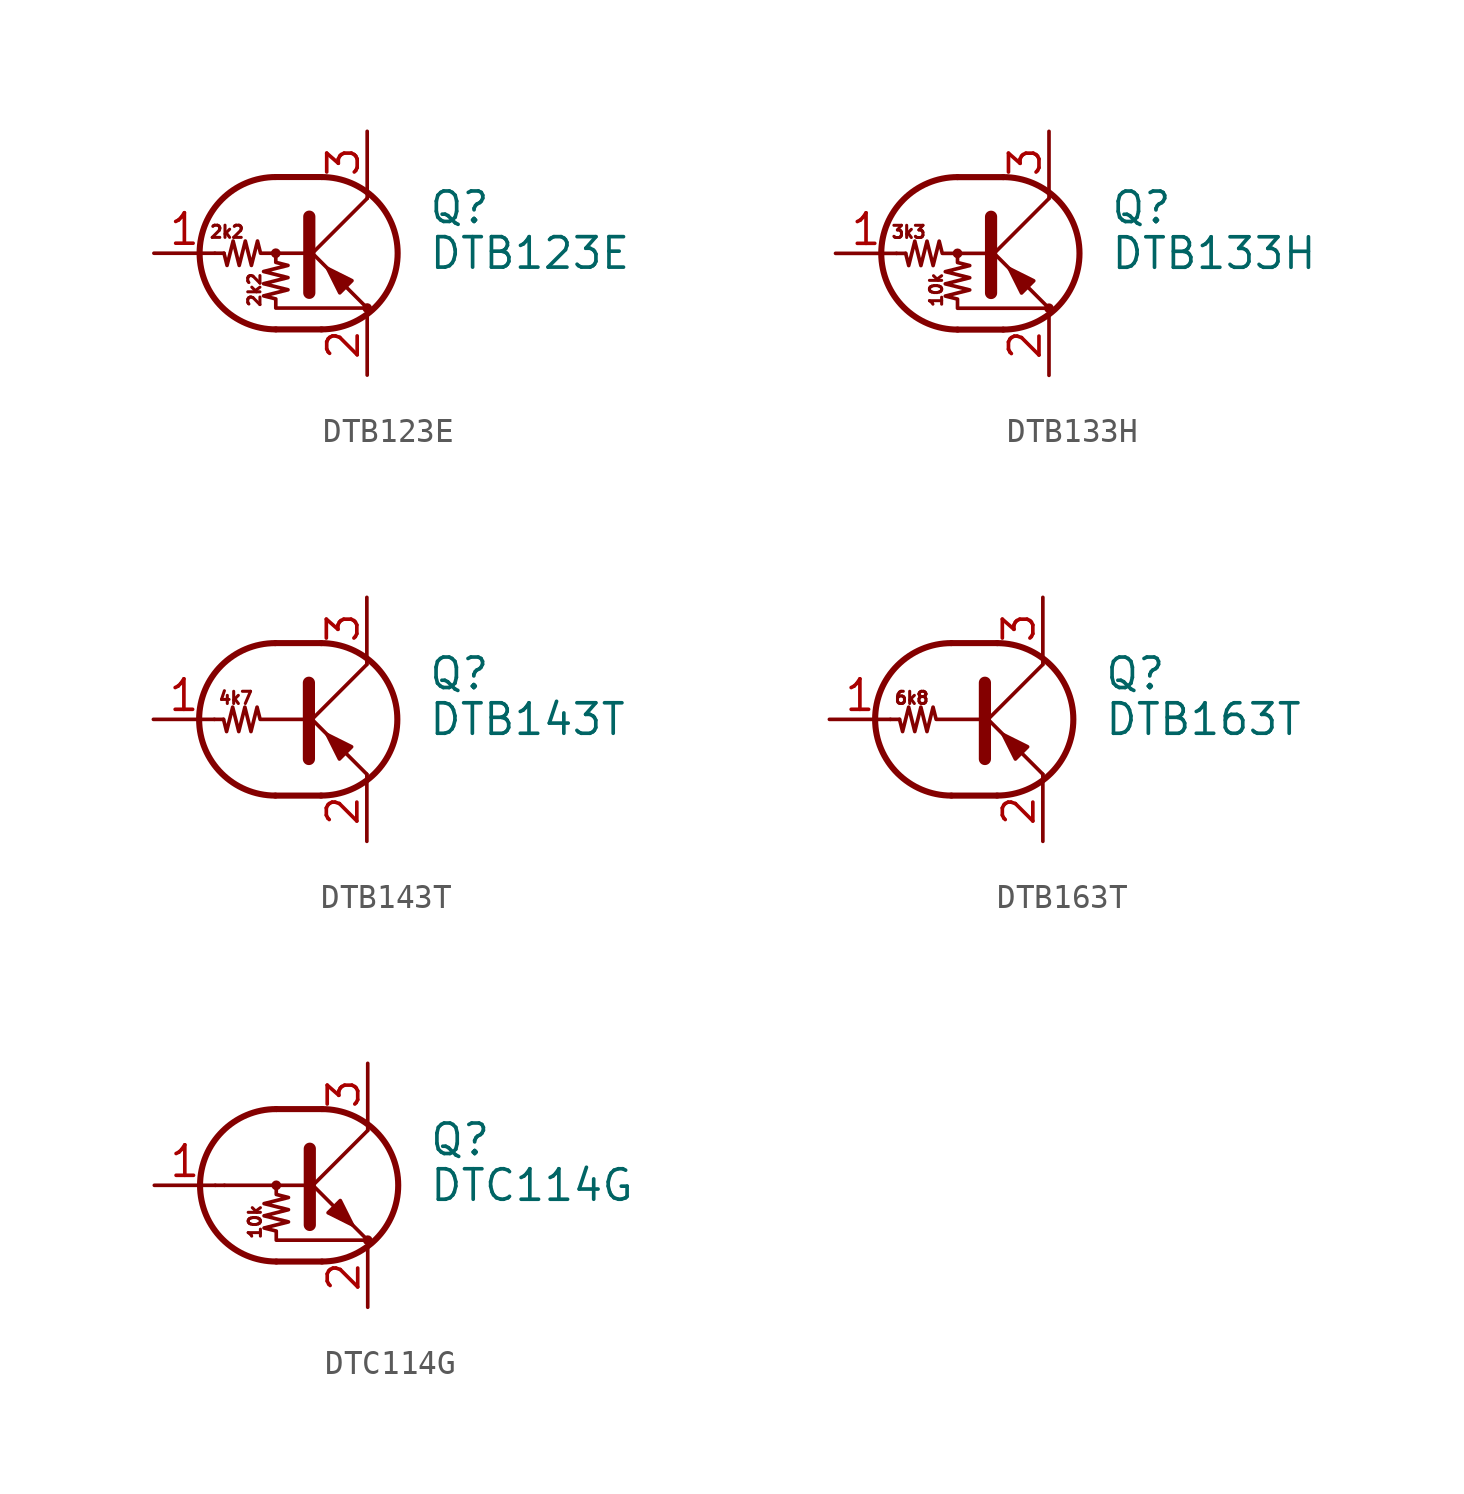
<source format=kicad_sym>
(kicad_symbol_lib
  (version 20231120)
  (generator "kicad_symbol_editor")
  (generator_version "8.0")
  (symbol "DTB123E"
    (pin_names
      (offset 0) hide)
    (property "Reference" "Q"
      (at 5.08 1.905 0)
      (effects (font (size 1.27 1.27)) (justify left)))
    (property "Value" "DTB123E"
      (at 5.08 0 0)
      (effects (font (size 1.27 1.27)) (justify left)))
    (symbol "DTB123E_0_0"
      (text "2k2" (at -3.302 0.889 0) (effects (font (size 0.508 0.508))))
      (text "2k2" (at -2.159 -1.524 900) (effects (font (size 0.508 0.508)))))
    (symbol "DTB123E_0_1"
      (circle (center -1.27 0) (radius 0.127) (stroke (width 0) (type default)) (fill (type none)))
      (arc (start -1.27 3.175) (mid -4.4312 0) (end -1.27 -3.175) (stroke (width 0.254) (type default)) (fill (type none)))
      (polyline (pts (xy -3.429 0) (xy -3.81 0)) (stroke (width 0) (type default)) (fill (type none)))
      (polyline (pts (xy -1.27 -3.175) (xy 0.635 -3.175)) (stroke (width 0.254) (type default)) (fill (type none)))
      (polyline (pts (xy -1.27 3.175) (xy 0.635 3.175)) (stroke (width 0.254) (type default)) (fill (type none)))
      (polyline (pts (xy 0 -0.254) (xy 2.54 2.286)) (stroke (width 0) (type default)) (fill (type none)))
      (polyline (pts (xy 0.127 1.524) (xy 0.127 -1.651)) (stroke (width 0.508) (type default)) (fill (type outline)))
      (polyline (pts (xy 2.54 2.286) (xy 2.54 2.54)) (stroke (width 0) (type default)) (fill (type none)))
      (polyline (pts (xy 2.54 -2.286) (xy 0 0.254) (xy 0 0.254)) (stroke (width 0) (type default)) (fill (type none)))
      (polyline (pts (xy 1.397 -1.651) (xy 1.905 -1.143) (xy 0.889 -0.635) (xy 1.397 -1.651)) (stroke (width 0) (type default)) (fill (type outline)))
      (polyline (pts (xy 0 0) (xy -1.905 0) (xy -2.032 0.508) (xy -2.286 -0.508) (xy -2.54 0.508) (xy -2.794 -0.508) (xy -3.048 0.508) (xy -3.302 -0.508) (xy -3.429 0)) (stroke (width 0) (type default)) (fill (type none)))
      (polyline (pts (xy -1.27 0) (xy -1.27 -0.381) (xy -0.762 -0.508) (xy -1.778 -0.762) (xy -0.762 -1.016) (xy -1.778 -1.27) (xy -0.762 -1.524) (xy -1.778 -1.778) (xy -1.27 -1.905) (xy -1.27 -2.286) (xy 2.54 -2.286)) (stroke (width 0) (type default)) (fill (type none)))
      (arc (start 0.635 -3.175) (mid 3.7962 0) (end 0.635 3.175) (stroke (width 0.254) (type default)) (fill (type none)))
      (circle (center 2.54 -2.286) (radius 0.127) (stroke (width 0) (type default)) (fill (type none))))
    (symbol "DTB123E_1_1"
      (pin input line (at -6.35 0 0) (length 2.54) (name "B" (effects (font (size 1.27 1.27)))) (number "1" (effects (font (size 1.27 1.27)))))
      (pin passive line (at 2.54 -5.08 90) (length 2.54) (name "E" (effects (font (size 1.27 1.27)))) (number "2" (effects (font (size 1.27 1.27)))))
      (pin passive line (at 2.54 5.08 270) (length 2.54) (name "C" (effects (font (size 1.27 1.27)))) (number "3" (effects (font (size 1.27 1.27)))))))
  (symbol "DTB133H"
    (pin_names
      (offset 0) hide)
    (property "Reference" "Q"
      (at 5.08 1.905 0)
      (effects (font (size 1.27 1.27)) (justify left)))
    (property "Value" "DTB133H"
      (at 5.08 0 0)
      (effects (font (size 1.27 1.27)) (justify left)))
    (symbol "DTB133H_0_0"
      (text "10k" (at -2.159 -1.524 900) (effects (font (size 0.508 0.508))))
      (text "3k3" (at -3.302 0.889 0) (effects (font (size 0.508 0.508)))))
    (symbol "DTB133H_0_1"
      (circle (center -1.27 0) (radius 0.127) (stroke (width 0) (type default)) (fill (type none)))
      (arc (start -1.27 3.175) (mid -4.4312 0) (end -1.27 -3.175) (stroke (width 0.254) (type default)) (fill (type none)))
      (polyline (pts (xy -3.429 0) (xy -3.81 0)) (stroke (width 0) (type default)) (fill (type none)))
      (polyline (pts (xy -1.27 -3.175) (xy 0.635 -3.175)) (stroke (width 0.254) (type default)) (fill (type none)))
      (polyline (pts (xy -1.27 3.175) (xy 0.635 3.175)) (stroke (width 0.254) (type default)) (fill (type none)))
      (polyline (pts (xy 0 -0.254) (xy 2.54 2.286)) (stroke (width 0) (type default)) (fill (type none)))
      (polyline (pts (xy 0.127 1.524) (xy 0.127 -1.651)) (stroke (width 0.508) (type default)) (fill (type outline)))
      (polyline (pts (xy 2.54 2.286) (xy 2.54 2.54)) (stroke (width 0) (type default)) (fill (type none)))
      (polyline (pts (xy 2.54 -2.286) (xy 0 0.254) (xy 0 0.254)) (stroke (width 0) (type default)) (fill (type none)))
      (polyline (pts (xy 1.397 -1.651) (xy 1.905 -1.143) (xy 0.889 -0.635) (xy 1.397 -1.651)) (stroke (width 0) (type default)) (fill (type outline)))
      (polyline (pts (xy 0 0) (xy -1.905 0) (xy -2.032 0.508) (xy -2.286 -0.508) (xy -2.54 0.508) (xy -2.794 -0.508) (xy -3.048 0.508) (xy -3.302 -0.508) (xy -3.429 0)) (stroke (width 0) (type default)) (fill (type none)))
      (polyline (pts (xy -1.27 0) (xy -1.27 -0.381) (xy -0.762 -0.508) (xy -1.778 -0.762) (xy -0.762 -1.016) (xy -1.778 -1.27) (xy -0.762 -1.524) (xy -1.778 -1.778) (xy -1.27 -1.905) (xy -1.27 -2.286) (xy 2.54 -2.286)) (stroke (width 0) (type default)) (fill (type none)))
      (arc (start 0.635 -3.175) (mid 3.7962 0) (end 0.635 3.175) (stroke (width 0.254) (type default)) (fill (type none)))
      (circle (center 2.54 -2.286) (radius 0.127) (stroke (width 0) (type default)) (fill (type none))))
    (symbol "DTB133H_1_1"
      (pin input line (at -6.35 0 0) (length 2.54) (name "B" (effects (font (size 1.27 1.27)))) (number "1" (effects (font (size 1.27 1.27)))))
      (pin passive line (at 2.54 -5.08 90) (length 2.54) (name "E" (effects (font (size 1.27 1.27)))) (number "2" (effects (font (size 1.27 1.27)))))
      (pin passive line (at 2.54 5.08 270) (length 2.54) (name "C" (effects (font (size 1.27 1.27)))) (number "3" (effects (font (size 1.27 1.27)))))))
  (symbol "DTB143T"
    (pin_names
      (offset 0) hide)
    (property "Reference" "Q"
      (at 5.08 1.905 0)
      (effects (font (size 1.27 1.27)) (justify left)))
    (property "Value" "DTB143T"
      (at 5.08 0 0)
      (effects (font (size 1.27 1.27)) (justify left)))
    (symbol "DTB143T_0_0"
      (polyline (pts (xy 2.54 -2.286) (xy 2.54 -2.54)) (stroke (width 0) (type default)) (fill (type none)))
      (text "4k7" (at -2.921 0.889 0) (effects (font (size 0.508 0.508)))))
    (symbol "DTB143T_0_1"
      (arc (start -1.27 3.175) (mid -4.4312 0) (end -1.27 -3.175) (stroke (width 0.254) (type default)) (fill (type none)))
      (polyline (pts (xy -3.429 0) (xy -3.81 0)) (stroke (width 0) (type default)) (fill (type none)))
      (polyline (pts (xy -1.27 -3.175) (xy 0.635 -3.175)) (stroke (width 0.254) (type default)) (fill (type none)))
      (polyline (pts (xy -1.27 3.175) (xy 0.635 3.175)) (stroke (width 0.254) (type default)) (fill (type none)))
      (polyline (pts (xy 0 -0.254) (xy 2.54 2.286)) (stroke (width 0) (type default)) (fill (type none)))
      (polyline (pts (xy 0.127 1.524) (xy 0.127 -1.651)) (stroke (width 0.508) (type default)) (fill (type outline)))
      (polyline (pts (xy 2.54 2.286) (xy 2.54 2.54)) (stroke (width 0) (type default)) (fill (type none)))
      (polyline (pts (xy 2.54 -2.286) (xy 0 0.254) (xy 0 0.254)) (stroke (width 0) (type default)) (fill (type none)))
      (polyline (pts (xy 1.397 -1.651) (xy 1.905 -1.143) (xy 0.889 -0.635) (xy 1.397 -1.651)) (stroke (width 0) (type default)) (fill (type outline)))
      (polyline (pts (xy 0 0) (xy -1.905 0) (xy -2.032 0.508) (xy -2.286 -0.508) (xy -2.54 0.508) (xy -2.794 -0.508) (xy -3.048 0.508) (xy -3.302 -0.508) (xy -3.429 0)) (stroke (width 0) (type default)) (fill (type none)))
      (arc (start 0.635 -3.175) (mid 3.7962 0) (end 0.635 3.175) (stroke (width 0.254) (type default)) (fill (type none))))
    (symbol "DTB143T_1_1"
      (pin input line (at -6.35 0 0) (length 2.54) (name "B" (effects (font (size 1.27 1.27)))) (number "1" (effects (font (size 1.27 1.27)))))
      (pin passive line (at 2.54 -5.08 90) (length 2.54) (name "E" (effects (font (size 1.27 1.27)))) (number "2" (effects (font (size 1.27 1.27)))))
      (pin passive line (at 2.54 5.08 270) (length 2.54) (name "C" (effects (font (size 1.27 1.27)))) (number "3" (effects (font (size 1.27 1.27)))))))
  (symbol "DTB163T"
    (pin_names
      (offset 0) hide)
    (property "Reference" "Q"
      (at 5.08 1.905 0)
      (effects (font (size 1.27 1.27)) (justify left)))
    (property "Value" "DTB163T"
      (at 5.08 0 0)
      (effects (font (size 1.27 1.27)) (justify left)))
    (symbol "DTB163T_0_0"
      (polyline (pts (xy 2.54 -2.286) (xy 2.54 -2.54)) (stroke (width 0) (type default)) (fill (type none)))
      (text "6k8" (at -2.921 0.889 0) (effects (font (size 0.508 0.508)))))
    (symbol "DTB163T_0_1"
      (arc (start -1.27 3.175) (mid -4.4312 0) (end -1.27 -3.175) (stroke (width 0.254) (type default)) (fill (type none)))
      (polyline (pts (xy -3.429 0) (xy -3.81 0)) (stroke (width 0) (type default)) (fill (type none)))
      (polyline (pts (xy -1.27 -3.175) (xy 0.635 -3.175)) (stroke (width 0.254) (type default)) (fill (type none)))
      (polyline (pts (xy -1.27 3.175) (xy 0.635 3.175)) (stroke (width 0.254) (type default)) (fill (type none)))
      (polyline (pts (xy 0 -0.254) (xy 2.54 2.286)) (stroke (width 0) (type default)) (fill (type none)))
      (polyline (pts (xy 0.127 1.524) (xy 0.127 -1.651)) (stroke (width 0.508) (type default)) (fill (type outline)))
      (polyline (pts (xy 2.54 2.286) (xy 2.54 2.54)) (stroke (width 0) (type default)) (fill (type none)))
      (polyline (pts (xy 2.54 -2.286) (xy 0 0.254) (xy 0 0.254)) (stroke (width 0) (type default)) (fill (type none)))
      (polyline (pts (xy 1.397 -1.651) (xy 1.905 -1.143) (xy 0.889 -0.635) (xy 1.397 -1.651)) (stroke (width 0) (type default)) (fill (type outline)))
      (polyline (pts (xy 0 0) (xy -1.905 0) (xy -2.032 0.508) (xy -2.286 -0.508) (xy -2.54 0.508) (xy -2.794 -0.508) (xy -3.048 0.508) (xy -3.302 -0.508) (xy -3.429 0)) (stroke (width 0) (type default)) (fill (type none)))
      (arc (start 0.635 -3.175) (mid 3.7962 0) (end 0.635 3.175) (stroke (width 0.254) (type default)) (fill (type none))))
    (symbol "DTB163T_1_1"
      (pin input line (at -6.35 0 0) (length 2.54) (name "B" (effects (font (size 1.27 1.27)))) (number "1" (effects (font (size 1.27 1.27)))))
      (pin passive line (at 2.54 -5.08 90) (length 2.54) (name "E" (effects (font (size 1.27 1.27)))) (number "2" (effects (font (size 1.27 1.27)))))
      (pin passive line (at 2.54 5.08 270) (length 2.54) (name "C" (effects (font (size 1.27 1.27)))) (number "3" (effects (font (size 1.27 1.27)))))))
  (symbol "DTC114G"
    (pin_names
      (offset 0) hide)
    (property "Reference" "Q"
      (at 5.08 1.905 0)
      (effects (font (size 1.27 1.27)) (justify left)))
    (property "Value" "DTC114G"
      (at 5.08 0 0)
      (effects (font (size 1.27 1.27)) (justify left)))
    (symbol "DTC114G_0_0"
      (polyline (pts (xy -3.429 0) (xy 0 0)) (stroke (width 0) (type default)) (fill (type none)))
      (text "10k" (at -2.159 -1.524 900) (effects (font (size 0.508 0.508)))))
    (symbol "DTC114G_0_1"
      (circle (center -1.27 0) (radius 0.127) (stroke (width 0) (type default)) (fill (type none)))
      (arc (start -1.27 3.175) (mid -4.4312 0) (end -1.27 -3.175) (stroke (width 0.254) (type default)) (fill (type none)))
      (polyline (pts (xy -3.429 0) (xy -3.81 0)) (stroke (width 0) (type default)) (fill (type none)))
      (polyline (pts (xy -1.27 -3.175) (xy 0.635 -3.175)) (stroke (width 0.254) (type default)) (fill (type none)))
      (polyline (pts (xy -1.27 3.175) (xy 0.635 3.175)) (stroke (width 0.254) (type default)) (fill (type none)))
      (polyline (pts (xy 0 -0.254) (xy 2.54 2.286)) (stroke (width 0) (type default)) (fill (type none)))
      (polyline (pts (xy 0.127 1.524) (xy 0.127 -1.651)) (stroke (width 0.508) (type default)) (fill (type outline)))
      (polyline (pts (xy 2.54 2.286) (xy 2.54 2.54)) (stroke (width 0) (type default)) (fill (type none)))
      (polyline (pts (xy 2.54 -2.286) (xy 0 0.254) (xy 0 0.254)) (stroke (width 0) (type default)) (fill (type none)))
      (polyline (pts (xy 0.889 -1.143) (xy 1.397 -0.635) (xy 1.905 -1.651) (xy 0.889 -1.143)) (stroke (width 0) (type default)) (fill (type outline)))
      (polyline (pts (xy -1.27 0) (xy -1.27 -0.381) (xy -0.762 -0.508) (xy -1.778 -0.762) (xy -0.762 -1.016) (xy -1.778 -1.27) (xy -0.762 -1.524) (xy -1.778 -1.778) (xy -1.27 -1.905) (xy -1.27 -2.286) (xy 2.54 -2.286)) (stroke (width 0) (type default)) (fill (type none)))
      (arc (start 0.635 -3.175) (mid 3.7962 0) (end 0.635 3.175) (stroke (width 0.254) (type default)) (fill (type none)))
      (circle (center 2.54 -2.286) (radius 0.127) (stroke (width 0) (type default)) (fill (type none))))
    (symbol "DTC114G_1_1"
      (pin input line (at -6.35 0 0) (length 2.54) (name "B" (effects (font (size 1.27 1.27)))) (number "1" (effects (font (size 1.27 1.27)))))
      (pin passive line (at 2.54 -5.08 90) (length 2.54) (name "E" (effects (font (size 1.27 1.27)))) (number "2" (effects (font (size 1.27 1.27)))))
      (pin passive line (at 2.54 5.08 270) (length 2.54) (name "C" (effects (font (size 1.27 1.27)))) (number "3" (effects (font (size 1.27 1.27))))))))
</source>
